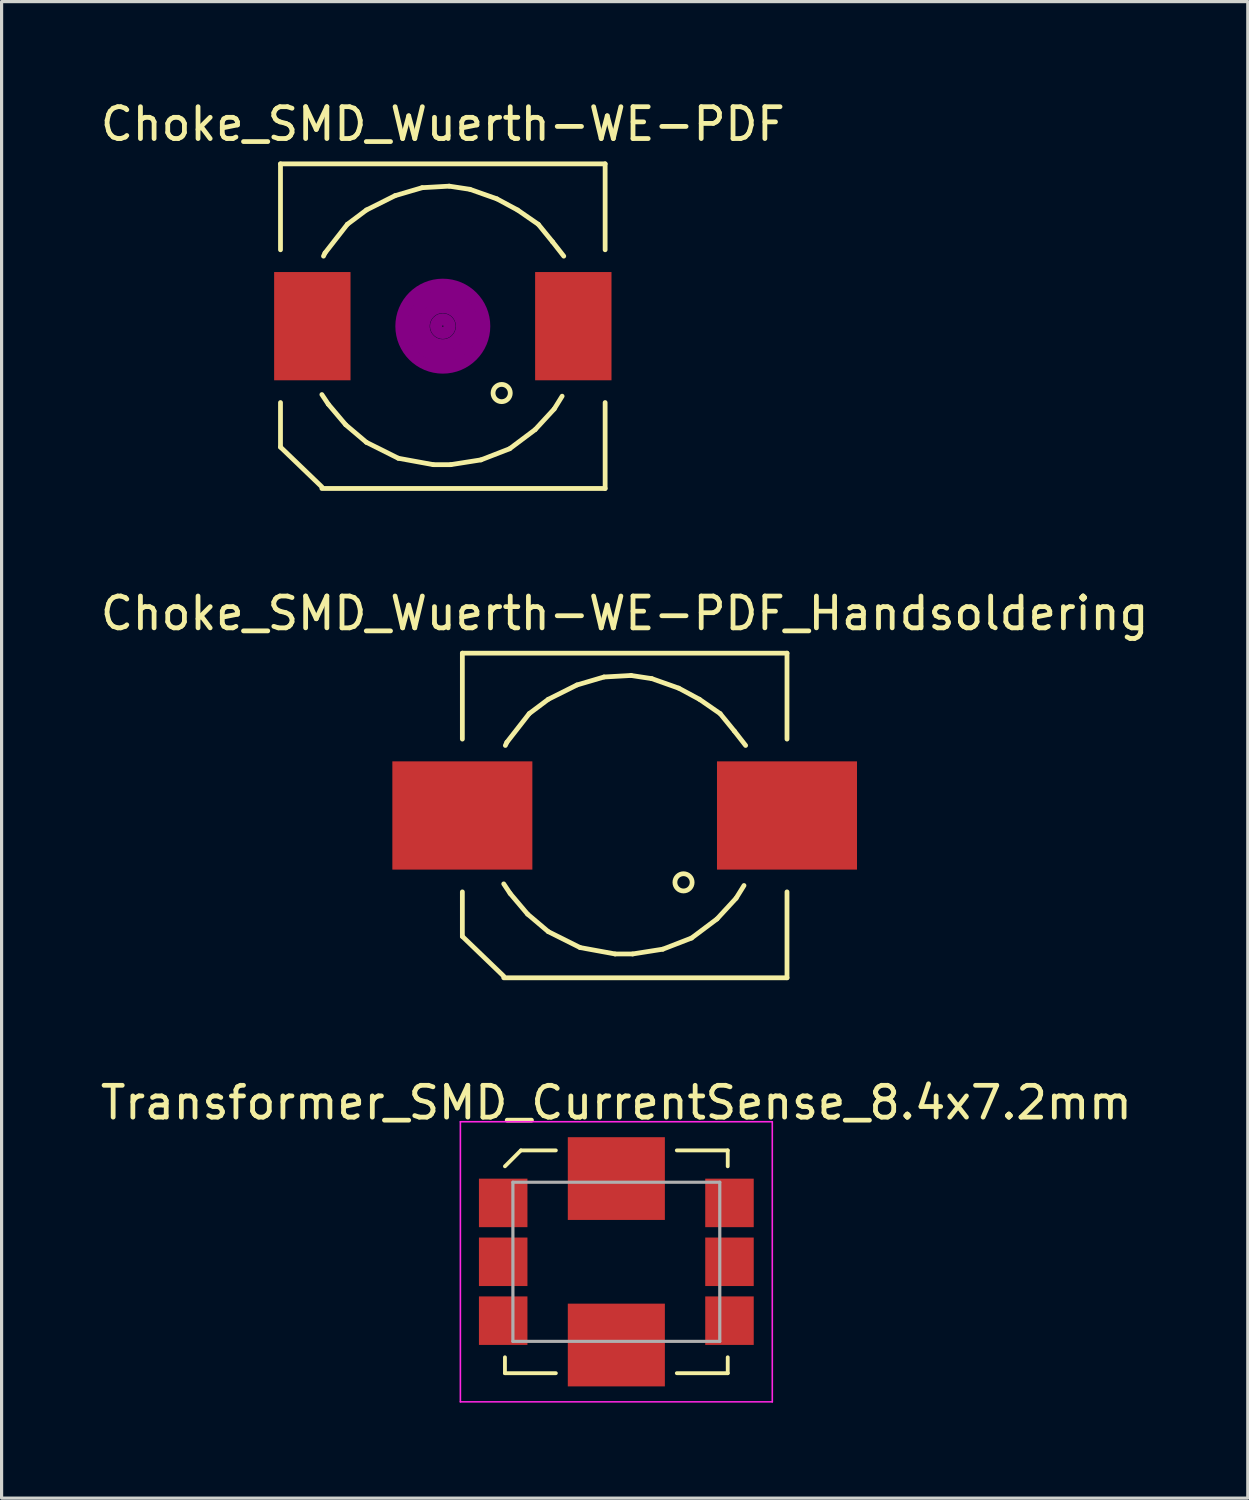
<source format=kicad_pcb>
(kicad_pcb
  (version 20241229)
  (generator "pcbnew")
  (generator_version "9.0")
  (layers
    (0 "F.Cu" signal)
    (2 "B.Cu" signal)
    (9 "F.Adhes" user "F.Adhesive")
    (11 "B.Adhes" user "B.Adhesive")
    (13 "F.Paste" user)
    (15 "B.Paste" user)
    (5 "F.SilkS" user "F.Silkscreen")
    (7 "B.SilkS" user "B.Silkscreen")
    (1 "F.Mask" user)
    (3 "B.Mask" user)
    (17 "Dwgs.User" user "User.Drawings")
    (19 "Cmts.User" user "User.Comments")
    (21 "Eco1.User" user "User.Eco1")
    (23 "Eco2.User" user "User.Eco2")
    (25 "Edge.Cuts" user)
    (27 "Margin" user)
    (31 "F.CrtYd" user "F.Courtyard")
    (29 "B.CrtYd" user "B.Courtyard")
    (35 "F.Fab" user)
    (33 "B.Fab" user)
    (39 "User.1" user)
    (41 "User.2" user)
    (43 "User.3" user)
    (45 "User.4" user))
  (footprint "Choke_SMD_Wuerth-WE-PDF_Handsoldering"
    (layer "F.Cu")
    (at 16.577 22.572)
    (property "Reference" "Choke_SMD_Wuerth-WE-PDF_Handsoldering" (at 0 -6.35 0) (layer "F.SilkS") (effects (font (size 1 1) (thickness 0.15))))
    (attr smd)
    (fp_line (start -5.1 -5.1) (end -5.1 -2.4) (stroke (width 0.15) (type solid)) (layer "F.SilkS"))
    (fp_line (start -5.1 2.4) (end -5.1 3.8) (stroke (width 0.15) (type solid)) (layer "F.SilkS"))
    (fp_line (start -5.1 3.8) (end -3.8 5.05) (stroke (width 0.15) (type solid)) (layer "F.SilkS"))
    (fp_line (start -3.8 2.149) (end -3.599 2.451) (stroke (width 0.15) (type solid)) (layer "F.SilkS"))
    (fp_line (start -3.701 -2.301) (end -3.749 -2.2) (stroke (width 0.15) (type solid)) (layer "F.SilkS"))
    (fp_line (start -3.599 2.451) (end -3.051 3.099) (stroke (width 0.15) (type solid)) (layer "F.SilkS"))
    (fp_line (start -3.051 3.099) (end -2.4 3.65) (stroke (width 0.15) (type solid)) (layer "F.SilkS"))
    (fp_line (start -3 -3.2) (end -3.701 -2.301) (stroke (width 0.15) (type solid)) (layer "F.SilkS"))
    (fp_line (start -2.4 -3.65) (end -3 -3.2) (stroke (width 0.15) (type solid)) (layer "F.SilkS"))
    (fp_line (start -2.4 3.65) (end -1.4 4.15) (stroke (width 0.15) (type solid)) (layer "F.SilkS"))
    (fp_line (start -1.501 -4.1) (end -2.4 -3.65) (stroke (width 0.15) (type solid)) (layer "F.SilkS"))
    (fp_line (start -1.4 4.15) (end -0.3 4.351) (stroke (width 0.15) (type solid)) (layer "F.SilkS"))
    (fp_line (start -0.65 -4.351) (end -1.501 -4.1) (stroke (width 0.15) (type solid)) (layer "F.SilkS"))
    (fp_line (start -0.3 4.351) (end 0.249 4.351) (stroke (width 0.15) (type solid)) (layer "F.SilkS"))
    (fp_line (start 0.201 -4.399) (end -0.65 -4.351) (stroke (width 0.15) (type solid)) (layer "F.SilkS"))
    (fp_line (start 0.249 4.351) (end 1.199 4.201) (stroke (width 0.15) (type solid)) (layer "F.SilkS"))
    (fp_line (start 0.851 -4.3) (end 0.201 -4.399) (stroke (width 0.15) (type solid)) (layer "F.SilkS"))
    (fp_line (start 1.199 4.201) (end 2.101 3.851) (stroke (width 0.15) (type solid)) (layer "F.SilkS"))
    (fp_line (start 1.699 -4) (end 0.851 -4.3) (stroke (width 0.15) (type solid)) (layer "F.SilkS"))
    (fp_line (start 2.101 3.851) (end 2.901 3.251) (stroke (width 0.15) (type solid)) (layer "F.SilkS"))
    (fp_line (start 2.349 -3.65) (end 1.699 -4) (stroke (width 0.15) (type solid)) (layer "F.SilkS"))
    (fp_line (start 2.901 3.251) (end 3.5 2.601) (stroke (width 0.15) (type solid)) (layer "F.SilkS"))
    (fp_line (start 3 -3.2) (end 2.349 -3.65) (stroke (width 0.15) (type solid)) (layer "F.SilkS"))
    (fp_line (start 3.449 -2.649) (end 3 -3.2) (stroke (width 0.15) (type solid)) (layer "F.SilkS"))
    (fp_line (start 3.5 2.601) (end 3.749 2.2) (stroke (width 0.15) (type solid)) (layer "F.SilkS"))
    (fp_line (start 3.8 -2.2) (end 3.449 -2.649) (stroke (width 0.15) (type solid)) (layer "F.SilkS"))
    (fp_line (start 5.1 -5.1) (end -5.1 -5.1) (stroke (width 0.15) (type solid)) (layer "F.SilkS"))
    (fp_line (start 5.1 -5.1) (end 5.1 -2.4) (stroke (width 0.15) (type solid)) (layer "F.SilkS"))
    (fp_line (start 5.1 5.1) (end -3.8 5.1) (stroke (width 0.15) (type solid)) (layer "F.SilkS"))
    (fp_line (start 5.1 5.1) (end 5.1 2.4) (stroke (width 0.15) (type solid)) (layer "F.SilkS"))
    (fp_circle (center 1.849 2.101) (end 2.101 2.2) (stroke (width 0.15) (type solid)) (fill no) (layer "F.SilkS"))
    (pad "1" smd rect (at -5.1 0) (size 4.399 3.401) (layers "F.Cu" "F.Mask" "F.Paste"))
    (pad "2" smd rect (at 5.1 0) (size 4.399 3.401) (layers "F.Cu" "F.Mask" "F.Paste")))
  (footprint "Transformer_SMD_CurrentSense_8.4x7.2mm"
    (layer "F.Cu")
    (at 16.315 36.595)
    (property "Reference" "Transformer_SMD_CurrentSense_8.4x7.2mm" (at 0 -5 0) (layer "F.SilkS") (effects (font (size 1 1) (thickness 0.15))))
    (attr smd)
    (fp_line (start -3.5 -3) (end -3 -3.5) (stroke (width 0.12) (type solid)) (layer "F.SilkS"))
    (fp_line (start -3.5 3.5) (end -3.5 3) (stroke (width 0.12) (type solid)) (layer "F.SilkS"))
    (fp_line (start -3 -3.5) (end -1.9 -3.5) (stroke (width 0.12) (type solid)) (layer "F.SilkS"))
    (fp_line (start -1.9 3.5) (end -3.5 3.5) (stroke (width 0.12) (type solid)) (layer "F.SilkS"))
    (fp_line (start 1.9 -3.5) (end 3.5 -3.5) (stroke (width 0.12) (type solid)) (layer "F.SilkS"))
    (fp_line (start 1.9 3.5) (end 3.5 3.5) (stroke (width 0.12) (type solid)) (layer "F.SilkS"))
    (fp_line (start 3.5 -3.5) (end 3.5 -3) (stroke (width 0.12) (type solid)) (layer "F.SilkS"))
    (fp_line (start 3.5 3.5) (end 3.5 3) (stroke (width 0.12) (type solid)) (layer "F.SilkS"))
    (fp_line (start -4.9 -4.4) (end -4.9 4.4) (stroke (width 0.05) (type solid)) (layer "F.CrtYd"))
    (fp_line (start -4.9 4.4) (end 4.9 4.4) (stroke (width 0.05) (type solid)) (layer "F.CrtYd"))
    (fp_line (start 4.9 -4.4) (end -4.9 -4.4) (stroke (width 0.05) (type solid)) (layer "F.CrtYd"))
    (fp_line (start 4.9 4.4) (end 4.9 -4.4) (stroke (width 0.05) (type solid)) (layer "F.CrtYd"))
    (fp_line (start -3.25 -2.5) (end 3.25 -2.5) (stroke (width 0.1) (type solid)) (layer "F.Fab"))
    (fp_line (start -3.25 2.5) (end -3.25 -2.5) (stroke (width 0.1) (type solid)) (layer "F.Fab"))
    (fp_line (start 3.25 -2.5) (end 3.25 2.5) (stroke (width 0.1) (type solid)) (layer "F.Fab"))
    (fp_line (start 3.25 2.5) (end -3.25 2.5) (stroke (width 0.1) (type solid)) (layer "F.Fab"))
    (pad "1" smd rect (at -3.555 -1.85) (size 1.524 1.524) (layers "F.Cu" "F.Mask" "F.Paste"))
    (pad "2" smd rect (at -3.555 0) (size 1.524 1.524) (layers "F.Cu" "F.Mask" "F.Paste"))
    (pad "3" smd rect (at -3.555 1.85) (size 1.524 1.524) (layers "F.Cu" "F.Mask" "F.Paste"))
    (pad "4" smd rect (at 3.555 1.85) (size 1.524 1.524) (layers "F.Cu" "F.Mask" "F.Paste"))
    (pad "5" smd rect (at 3.555 0) (size 1.524 1.524) (layers "F.Cu" "F.Mask" "F.Paste"))
    (pad "6" smd rect (at 3.555 -1.85) (size 1.524 1.524) (layers "F.Cu" "F.Mask" "F.Paste"))
    (pad "7" smd rect (at 0 2.615) (size 3.05 2.6) (layers "F.Cu" "F.Mask" "F.Paste"))
    (pad "8" smd rect (at 0 -2.615) (size 3.05 2.6) (layers "F.Cu" "F.Mask" "F.Paste")))
  (footprint "Choke_SMD_Wuerth-WE-PDF"
    (layer "F.Cu")
    (at 10.863 7.198)
    (property "Reference" "Choke_SMD_Wuerth-WE-PDF" (at 0 -6.35 0) (layer "F.SilkS") (effects (font (size 1 1) (thickness 0.15))))
    (attr smd)
    (fp_line (start -5.1 -5.1) (end -5.1 -2.4) (stroke (width 0.15) (type solid)) (layer "F.SilkS"))
    (fp_line (start -5.1 2.4) (end -5.1 3.8) (stroke (width 0.15) (type solid)) (layer "F.SilkS"))
    (fp_line (start -5.1 3.8) (end -3.8 5.05) (stroke (width 0.15) (type solid)) (layer "F.SilkS"))
    (fp_line (start -3.8 2.149) (end -3.599 2.451) (stroke (width 0.15) (type solid)) (layer "F.SilkS"))
    (fp_line (start -3.701 -2.301) (end -3.749 -2.2) (stroke (width 0.15) (type solid)) (layer "F.SilkS"))
    (fp_line (start -3.599 2.451) (end -3.051 3.099) (stroke (width 0.15) (type solid)) (layer "F.SilkS"))
    (fp_line (start -3.051 3.099) (end -2.4 3.65) (stroke (width 0.15) (type solid)) (layer "F.SilkS"))
    (fp_line (start -3 -3.2) (end -3.701 -2.301) (stroke (width 0.15) (type solid)) (layer "F.SilkS"))
    (fp_line (start -2.4 -3.65) (end -3 -3.2) (stroke (width 0.15) (type solid)) (layer "F.SilkS"))
    (fp_line (start -2.4 3.65) (end -1.4 4.15) (stroke (width 0.15) (type solid)) (layer "F.SilkS"))
    (fp_line (start -1.501 -4.1) (end -2.4 -3.65) (stroke (width 0.15) (type solid)) (layer "F.SilkS"))
    (fp_line (start -1.4 4.15) (end -0.3 4.351) (stroke (width 0.15) (type solid)) (layer "F.SilkS"))
    (fp_line (start -0.65 -4.351) (end -1.501 -4.1) (stroke (width 0.15) (type solid)) (layer "F.SilkS"))
    (fp_line (start -0.3 4.351) (end 0.249 4.351) (stroke (width 0.15) (type solid)) (layer "F.SilkS"))
    (fp_line (start 0.201 -4.399) (end -0.65 -4.351) (stroke (width 0.15) (type solid)) (layer "F.SilkS"))
    (fp_line (start 0.249 4.351) (end 1.199 4.201) (stroke (width 0.15) (type solid)) (layer "F.SilkS"))
    (fp_line (start 0.851 -4.3) (end 0.201 -4.399) (stroke (width 0.15) (type solid)) (layer "F.SilkS"))
    (fp_line (start 1.199 4.201) (end 2.101 3.851) (stroke (width 0.15) (type solid)) (layer "F.SilkS"))
    (fp_line (start 1.699 -4) (end 0.851 -4.3) (stroke (width 0.15) (type solid)) (layer "F.SilkS"))
    (fp_line (start 2.101 3.851) (end 2.901 3.251) (stroke (width 0.15) (type solid)) (layer "F.SilkS"))
    (fp_line (start 2.349 -3.65) (end 1.699 -4) (stroke (width 0.15) (type solid)) (layer "F.SilkS"))
    (fp_line (start 2.901 3.251) (end 3.5 2.601) (stroke (width 0.15) (type solid)) (layer "F.SilkS"))
    (fp_line (start 3 -3.2) (end 2.349 -3.65) (stroke (width 0.15) (type solid)) (layer "F.SilkS"))
    (fp_line (start 3.449 -2.649) (end 3 -3.2) (stroke (width 0.15) (type solid)) (layer "F.SilkS"))
    (fp_line (start 3.5 2.601) (end 3.749 2.2) (stroke (width 0.15) (type solid)) (layer "F.SilkS"))
    (fp_line (start 3.8 -2.2) (end 3.449 -2.649) (stroke (width 0.15) (type solid)) (layer "F.SilkS"))
    (fp_line (start 5.1 -5.1) (end -5.1 -5.1) (stroke (width 0.15) (type solid)) (layer "F.SilkS"))
    (fp_line (start 5.1 -5.1) (end 5.1 -2.4) (stroke (width 0.15) (type solid)) (layer "F.SilkS"))
    (fp_line (start 5.1 5.1) (end -3.8 5.1) (stroke (width 0.15) (type solid)) (layer "F.SilkS"))
    (fp_line (start 5.1 5.1) (end 5.1 2.4) (stroke (width 0.15) (type solid)) (layer "F.SilkS"))
    (fp_circle (center 1.849 2.101) (end 2.101 2.2) (stroke (width 0.15) (type solid)) (fill no) (layer "F.SilkS"))
    (fp_circle (center 0 0) (end 0.15 0.15) (stroke (width 0.381) (type solid)) (fill no) (layer "F.Adhes"))
    (fp_circle (center 0 0) (end 0.599 0.051) (stroke (width 0.381) (type solid)) (fill no) (layer "F.Adhes"))
    (fp_circle (center 0 0) (end 0.95 0) (stroke (width 0.381) (type solid)) (fill no) (layer "F.Adhes"))
    (fp_circle (center 0 0) (end 1.3 0.051) (stroke (width 0.381) (type solid)) (fill no) (layer "F.Adhes"))
    (pad "1" smd rect (at -4.1 0) (size 2.4 3.401) (layers "F.Cu" "F.Mask" "F.Paste"))
    (pad "2" smd rect (at 4.1 0) (size 2.4 3.401) (layers "F.Cu" "F.Mask" "F.Paste")))
  (gr_rect
    (start -3 -3)
    (end 36.155 44.02)
    (stroke (width 0.1) (type default))
    (fill no)
    (layer "Edge.Cuts")))
</source>
